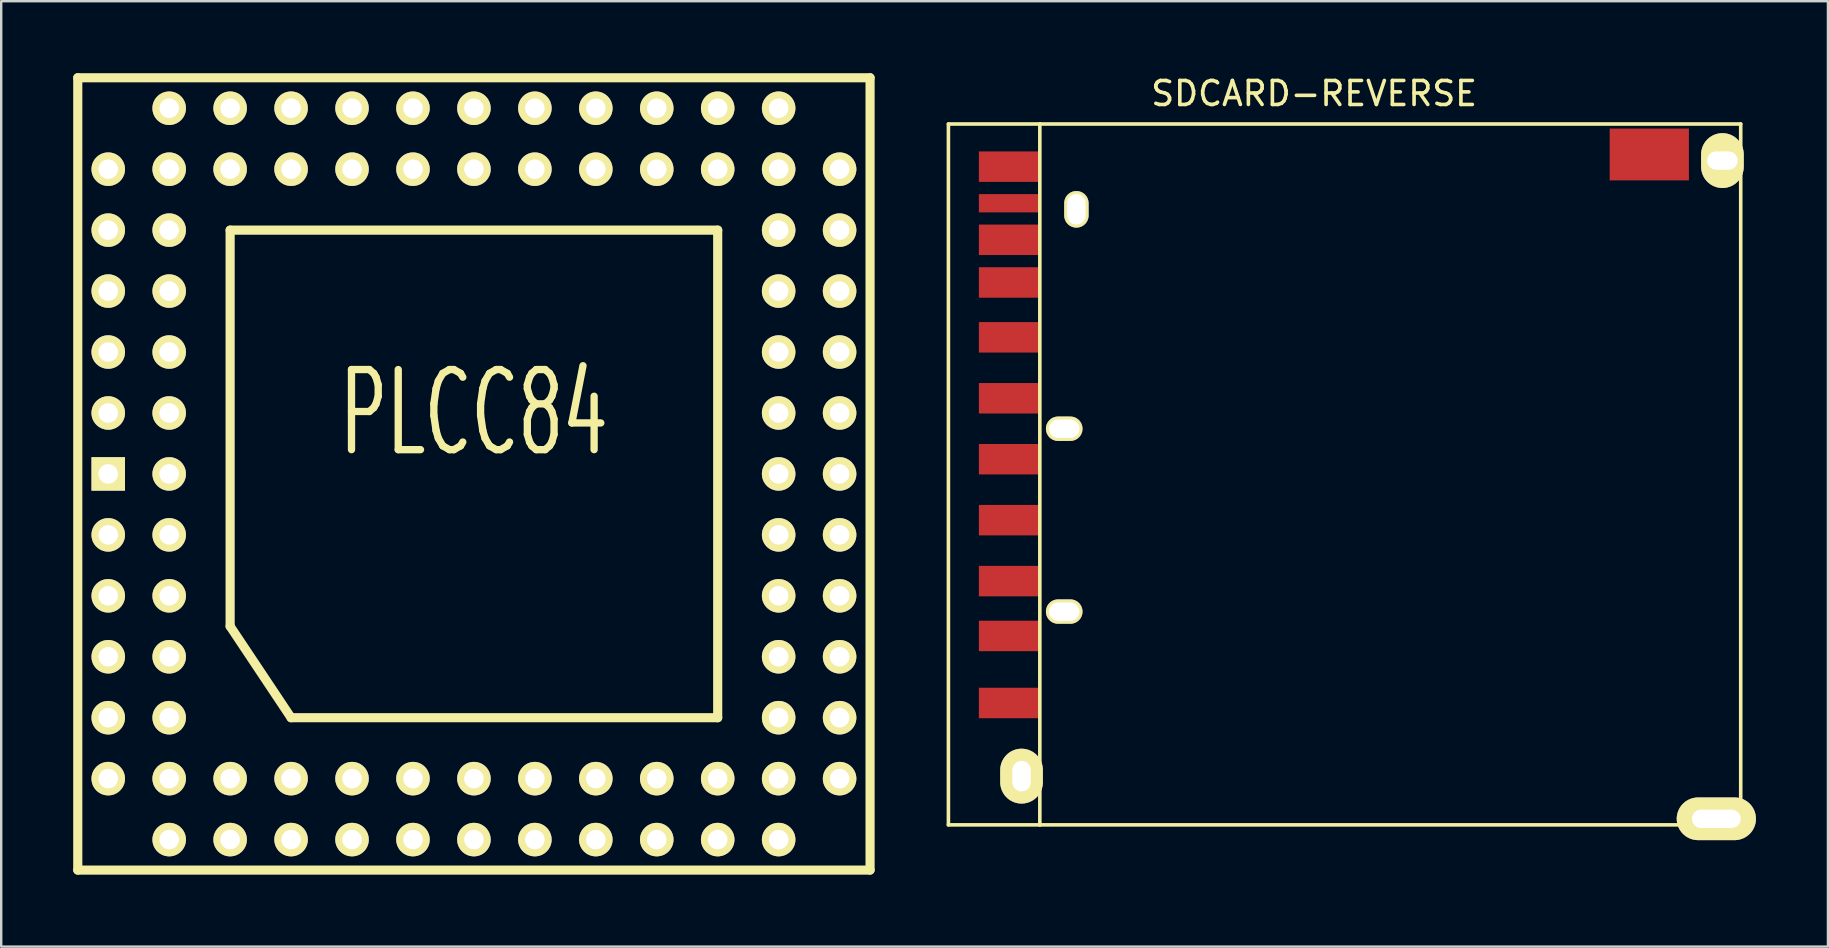
<source format=kicad_pcb>
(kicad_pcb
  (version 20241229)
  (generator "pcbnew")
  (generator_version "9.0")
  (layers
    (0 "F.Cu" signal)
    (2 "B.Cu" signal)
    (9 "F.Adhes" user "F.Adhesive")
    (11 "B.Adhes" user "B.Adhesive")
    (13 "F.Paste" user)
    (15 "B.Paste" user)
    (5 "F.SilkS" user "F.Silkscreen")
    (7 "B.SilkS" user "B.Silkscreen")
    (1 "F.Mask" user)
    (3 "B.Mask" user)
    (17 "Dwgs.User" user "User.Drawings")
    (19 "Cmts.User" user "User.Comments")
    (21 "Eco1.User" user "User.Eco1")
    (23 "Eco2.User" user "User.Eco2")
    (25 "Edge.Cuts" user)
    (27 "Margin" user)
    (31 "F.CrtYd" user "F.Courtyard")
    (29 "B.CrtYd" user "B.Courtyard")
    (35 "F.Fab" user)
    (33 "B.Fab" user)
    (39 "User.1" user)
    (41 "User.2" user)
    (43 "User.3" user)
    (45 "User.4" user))
  (footprint "SDCARD-REVERSE"
    (layer "F.Cu")
    (at 39.016 21.168)
    (property "Reference" "SDCARD-REVERSE" (at 12.7 -20.32 0) (layer "F.SilkS") (effects (font (size 1 1) (thickness 0.15))))
    (attr through_hole)
    (fp_line (start -2.54 -19.05) (end -2.54 10.16) (stroke (width 0.15) (type solid)) (layer "F.SilkS"))
    (fp_line (start -2.54 10.16) (end 1.27 10.16) (stroke (width 0.15) (type solid)) (layer "F.SilkS"))
    (fp_line (start 1.27 -19.05) (end -2.54 -19.05) (stroke (width 0.15) (type solid)) (layer "F.SilkS"))
    (fp_line (start 1.27 -19.05) (end 1.27 10.16) (stroke (width 0.15) (type solid)) (layer "F.SilkS"))
    (fp_line (start 30.48 -19.05) (end 1.27 -19.05) (stroke (width 0.15) (type solid)) (layer "F.SilkS"))
    (fp_line (start 30.48 -19.05) (end 30.48 10.16) (stroke (width 0.15) (type solid)) (layer "F.SilkS"))
    (fp_line (start 30.48 10.16) (end 1.27 10.16) (stroke (width 0.15) (type solid)) (layer "F.SilkS"))
    (pad "1" smd rect (at 0 2.286) (size 2.54 1.27) (layers "F.Cu" "F.Mask" "F.Paste"))
    (pad "2" smd rect (at 0 0) (size 2.54 1.27) (layers "F.Cu" "F.Mask" "F.Paste"))
    (pad "3" smd rect (at 0 -2.54) (size 2.54 1.27) (layers "F.Cu" "F.Mask" "F.Paste"))
    (pad "4" smd rect (at 0 -5.08) (size 2.54 1.27) (layers "F.Cu" "F.Mask" "F.Paste"))
    (pad "5" smd rect (at 0 -7.62) (size 2.54 1.27) (layers "F.Cu" "F.Mask" "F.Paste"))
    (pad "6" smd rect (at 0 -10.16) (size 2.54 1.27) (layers "F.Cu" "F.Mask" "F.Paste"))
    (pad "7" smd rect (at 0 -12.446) (size 2.54 1.27) (layers "F.Cu" "F.Mask" "F.Paste"))
    (pad "8" smd rect (at 0 -14.224) (size 2.54 1.27) (layers "F.Cu" "F.Mask" "F.Paste"))
    (pad "9" smd rect (at 0 5.08) (size 2.54 1.27) (layers "F.Cu" "F.Mask" "F.Paste"))
    (pad "10" smd rect (at 0 -15.748) (size 2.54 0.762) (layers "F.Cu" "F.Mask" "F.Paste"))
    (pad "11" smd rect (at 0 -17.272) (size 2.54 1.27) (layers "F.Cu" "F.Mask" "F.Paste"))
    (pad "12" smd rect (at 26.67 -17.78) (size 3.302 2.159) (layers "F.Cu" "F.Mask" "F.Paste"))
    (pad "13" thru_hole oval (at 2.794 -15.494) (size 1.016 1.524) (drill oval 0.762 1.27) (layers "*.Cu" "*.Mask" "F.SilkS"))
    (pad "14" thru_hole oval (at 2.286 -6.35) (size 1.524 1.016) (drill oval 1.27 0.762) (layers "*.Cu" "*.Mask" "F.SilkS"))
    (pad "15" thru_hole oval (at 2.286 1.27) (size 1.524 1.016) (drill oval 1.27 0.762) (layers "*.Cu" "*.Mask" "F.SilkS"))
    (pad "16" thru_hole oval (at 0.508 8.128) (size 1.778 2.286) (drill oval 0.762 1.27) (layers "*.Cu" "*.Mask" "F.SilkS"))
    (pad "17" thru_hole oval (at 29.464 9.906) (size 3.302 1.778) (drill oval 2.032 0.762) (layers "*.Cu" "*.Mask" "F.SilkS"))
    (pad "18" thru_hole oval (at 29.718 -17.526) (size 1.778 2.286) (drill oval 1.27 0.762) (layers "*.Cu" "*.Mask" "F.SilkS")))
  (footprint "PLCC84"
    (layer "F.Cu")
    (at 16.701 16.701)
    (property "Reference" "PLCC84" (at 0 -2.54 0) (layer "F.SilkS") (effects (font (size 3.338 1.948) (thickness 0.305))))
    (attr through_hole)
    (fp_line (start -16.51 -16.51) (end -16.51 16.51) (stroke (width 0.381) (type solid)) (layer "F.SilkS"))
    (fp_line (start -16.51 16.51) (end 16.51 16.51) (stroke (width 0.381) (type solid)) (layer "F.SilkS"))
    (fp_line (start -10.16 -10.16) (end -10.16 6.35) (stroke (width 0.381) (type solid)) (layer "F.SilkS"))
    (fp_line (start -10.16 6.35) (end -7.62 10.16) (stroke (width 0.381) (type solid)) (layer "F.SilkS"))
    (fp_line (start -7.62 10.16) (end 10.16 10.16) (stroke (width 0.381) (type solid)) (layer "F.SilkS"))
    (fp_line (start 10.16 -10.16) (end -10.16 -10.16) (stroke (width 0.381) (type solid)) (layer "F.SilkS"))
    (fp_line (start 10.16 10.16) (end 10.16 -10.16) (stroke (width 0.381) (type solid)) (layer "F.SilkS"))
    (fp_line (start 16.51 -16.51) (end -16.51 -16.51) (stroke (width 0.381) (type solid)) (layer "F.SilkS"))
    (fp_line (start 16.51 16.51) (end 16.51 -16.51) (stroke (width 0.381) (type solid)) (layer "F.SilkS"))
    (pad "1" thru_hole rect (at -15.24 0) (size 1.397 1.397) (drill 0.813) (layers "*.Cu" "*.Mask" "F.SilkS"))
    (pad "2" thru_hole circle (at -12.7 0) (size 1.397 1.397) (drill 0.813) (layers "*.Cu" "*.Mask" "F.SilkS"))
    (pad "3" thru_hole circle (at -15.24 2.54) (size 1.397 1.397) (drill 0.813) (layers "*.Cu" "*.Mask" "F.SilkS"))
    (pad "4" thru_hole circle (at -12.7 2.54) (size 1.397 1.397) (drill 0.813) (layers "*.Cu" "*.Mask" "F.SilkS"))
    (pad "5" thru_hole circle (at -15.24 5.08) (size 1.397 1.397) (drill 0.813) (layers "*.Cu" "*.Mask" "F.SilkS"))
    (pad "6" thru_hole circle (at -12.7 5.08) (size 1.397 1.397) (drill 0.813) (layers "*.Cu" "*.Mask" "F.SilkS"))
    (pad "7" thru_hole circle (at -15.24 7.62) (size 1.397 1.397) (drill 0.813) (layers "*.Cu" "*.Mask" "F.SilkS"))
    (pad "8" thru_hole circle (at -12.7 7.62) (size 1.397 1.397) (drill 0.813) (layers "*.Cu" "*.Mask" "F.SilkS"))
    (pad "9" thru_hole circle (at -15.24 10.16) (size 1.397 1.397) (drill 0.813) (layers "*.Cu" "*.Mask" "F.SilkS"))
    (pad "10" thru_hole circle (at -12.7 10.16) (size 1.397 1.397) (drill 0.813) (layers "*.Cu" "*.Mask" "F.SilkS"))
    (pad "11" thru_hole circle (at -15.24 12.7) (size 1.397 1.397) (drill 0.813) (layers "*.Cu" "*.Mask" "F.SilkS"))
    (pad "12" thru_hole circle (at -12.7 15.24) (size 1.397 1.397) (drill 0.813) (layers "*.Cu" "*.Mask" "F.SilkS"))
    (pad "13" thru_hole circle (at -12.7 12.7) (size 1.397 1.397) (drill 0.813) (layers "*.Cu" "*.Mask" "F.SilkS"))
    (pad "14" thru_hole circle (at -10.16 15.24) (size 1.397 1.397) (drill 0.813) (layers "*.Cu" "*.Mask" "F.SilkS"))
    (pad "15" thru_hole circle (at -10.16 12.7) (size 1.397 1.397) (drill 0.813) (layers "*.Cu" "*.Mask" "F.SilkS"))
    (pad "16" thru_hole circle (at -7.62 15.24) (size 1.397 1.397) (drill 0.813) (layers "*.Cu" "*.Mask" "F.SilkS"))
    (pad "17" thru_hole circle (at -7.62 12.7) (size 1.397 1.397) (drill 0.813) (layers "*.Cu" "*.Mask" "F.SilkS"))
    (pad "18" thru_hole circle (at -5.08 15.24) (size 1.397 1.397) (drill 0.813) (layers "*.Cu" "*.Mask" "F.SilkS"))
    (pad "19" thru_hole circle (at -5.08 12.7) (size 1.397 1.397) (drill 0.813) (layers "*.Cu" "*.Mask" "F.SilkS"))
    (pad "20" thru_hole circle (at -2.54 15.24) (size 1.397 1.397) (drill 0.813) (layers "*.Cu" "*.Mask" "F.SilkS"))
    (pad "21" thru_hole circle (at -2.54 12.7) (size 1.397 1.397) (drill 0.813) (layers "*.Cu" "*.Mask" "F.SilkS"))
    (pad "22" thru_hole circle (at 0 15.24) (size 1.397 1.397) (drill 0.813) (layers "*.Cu" "*.Mask" "F.SilkS"))
    (pad "23" thru_hole circle (at 0 12.7) (size 1.397 1.397) (drill 0.813) (layers "*.Cu" "*.Mask" "F.SilkS"))
    (pad "24" thru_hole circle (at 2.54 15.24) (size 1.397 1.397) (drill 0.813) (layers "*.Cu" "*.Mask" "F.SilkS"))
    (pad "25" thru_hole circle (at 2.54 12.7) (size 1.397 1.397) (drill 0.813) (layers "*.Cu" "*.Mask" "F.SilkS"))
    (pad "26" thru_hole circle (at 5.08 15.24) (size 1.397 1.397) (drill 0.813) (layers "*.Cu" "*.Mask" "F.SilkS"))
    (pad "27" thru_hole circle (at 5.08 12.7) (size 1.397 1.397) (drill 0.813) (layers "*.Cu" "*.Mask" "F.SilkS"))
    (pad "28" thru_hole circle (at 7.62 15.24) (size 1.397 1.397) (drill 0.813) (layers "*.Cu" "*.Mask" "F.SilkS"))
    (pad "29" thru_hole circle (at 7.62 12.7) (size 1.397 1.397) (drill 0.813) (layers "*.Cu" "*.Mask" "F.SilkS"))
    (pad "30" thru_hole circle (at 10.16 15.24) (size 1.397 1.397) (drill 0.813) (layers "*.Cu" "*.Mask" "F.SilkS"))
    (pad "31" thru_hole circle (at 10.16 12.7) (size 1.397 1.397) (drill 0.813) (layers "*.Cu" "*.Mask" "F.SilkS"))
    (pad "32" thru_hole circle (at 12.7 15.24) (size 1.397 1.397) (drill 0.813) (layers "*.Cu" "*.Mask" "F.SilkS"))
    (pad "33" thru_hole circle (at 15.24 12.7) (size 1.397 1.397) (drill 0.813) (layers "*.Cu" "*.Mask" "F.SilkS"))
    (pad "34" thru_hole circle (at 12.7 12.7) (size 1.397 1.397) (drill 0.813) (layers "*.Cu" "*.Mask" "F.SilkS"))
    (pad "35" thru_hole circle (at 15.24 10.16) (size 1.397 1.397) (drill 0.813) (layers "*.Cu" "*.Mask" "F.SilkS"))
    (pad "36" thru_hole circle (at 12.7 10.16) (size 1.397 1.397) (drill 0.813) (layers "*.Cu" "*.Mask" "F.SilkS"))
    (pad "37" thru_hole circle (at 15.24 7.62) (size 1.397 1.397) (drill 0.813) (layers "*.Cu" "*.Mask" "F.SilkS"))
    (pad "38" thru_hole circle (at 12.7 7.62) (size 1.397 1.397) (drill 0.813) (layers "*.Cu" "*.Mask" "F.SilkS"))
    (pad "39" thru_hole circle (at 15.24 5.08) (size 1.397 1.397) (drill 0.813) (layers "*.Cu" "*.Mask" "F.SilkS"))
    (pad "40" thru_hole circle (at 12.7 5.08) (size 1.397 1.397) (drill 0.813) (layers "*.Cu" "*.Mask" "F.SilkS"))
    (pad "41" thru_hole circle (at 15.24 2.54) (size 1.397 1.397) (drill 0.813) (layers "*.Cu" "*.Mask" "F.SilkS"))
    (pad "42" thru_hole circle (at 12.7 2.54) (size 1.397 1.397) (drill 0.813) (layers "*.Cu" "*.Mask" "F.SilkS"))
    (pad "43" thru_hole circle (at 15.24 0) (size 1.397 1.397) (drill 0.813) (layers "*.Cu" "*.Mask" "F.SilkS"))
    (pad "44" thru_hole circle (at 12.7 0) (size 1.397 1.397) (drill 0.813) (layers "*.Cu" "*.Mask" "F.SilkS"))
    (pad "45" thru_hole circle (at 15.24 -2.54) (size 1.397 1.397) (drill 0.813) (layers "*.Cu" "*.Mask" "F.SilkS"))
    (pad "46" thru_hole circle (at 12.7 -2.54) (size 1.397 1.397) (drill 0.813) (layers "*.Cu" "*.Mask" "F.SilkS"))
    (pad "47" thru_hole circle (at 15.24 -5.08) (size 1.397 1.397) (drill 0.813) (layers "*.Cu" "*.Mask" "F.SilkS"))
    (pad "48" thru_hole circle (at 12.7 -5.08) (size 1.397 1.397) (drill 0.813) (layers "*.Cu" "*.Mask" "F.SilkS"))
    (pad "49" thru_hole circle (at 15.24 -7.62) (size 1.397 1.397) (drill 0.813) (layers "*.Cu" "*.Mask" "F.SilkS"))
    (pad "50" thru_hole circle (at 12.7 -7.62) (size 1.397 1.397) (drill 0.813) (layers "*.Cu" "*.Mask" "F.SilkS"))
    (pad "51" thru_hole circle (at 15.24 -10.16) (size 1.397 1.397) (drill 0.813) (layers "*.Cu" "*.Mask" "F.SilkS"))
    (pad "52" thru_hole circle (at 12.7 -10.16) (size 1.397 1.397) (drill 0.813) (layers "*.Cu" "*.Mask" "F.SilkS"))
    (pad "53" thru_hole circle (at 15.24 -12.7) (size 1.397 1.397) (drill 0.813) (layers "*.Cu" "*.Mask" "F.SilkS"))
    (pad "54" thru_hole circle (at 12.7 -15.24) (size 1.397 1.397) (drill 0.813) (layers "*.Cu" "*.Mask" "F.SilkS"))
    (pad "55" thru_hole circle (at 12.7 -12.7) (size 1.397 1.397) (drill 0.813) (layers "*.Cu" "*.Mask" "F.SilkS"))
    (pad "56" thru_hole circle (at 10.16 -15.24) (size 1.397 1.397) (drill 0.813) (layers "*.Cu" "*.Mask" "F.SilkS"))
    (pad "57" thru_hole circle (at 10.16 -12.7) (size 1.397 1.397) (drill 0.813) (layers "*.Cu" "*.Mask" "F.SilkS"))
    (pad "58" thru_hole circle (at 7.62 -15.24) (size 1.397 1.397) (drill 0.813) (layers "*.Cu" "*.Mask" "F.SilkS"))
    (pad "59" thru_hole circle (at 7.62 -12.7) (size 1.397 1.397) (drill 0.813) (layers "*.Cu" "*.Mask" "F.SilkS"))
    (pad "60" thru_hole circle (at 5.08 -15.24) (size 1.397 1.397) (drill 0.813) (layers "*.Cu" "*.Mask" "F.SilkS"))
    (pad "61" thru_hole circle (at 5.08 -12.7) (size 1.397 1.397) (drill 0.813) (layers "*.Cu" "*.Mask" "F.SilkS"))
    (pad "62" thru_hole circle (at 2.54 -15.24) (size 1.397 1.397) (drill 0.813) (layers "*.Cu" "*.Mask" "F.SilkS"))
    (pad "63" thru_hole circle (at 2.54 -12.7) (size 1.397 1.397) (drill 0.813) (layers "*.Cu" "*.Mask" "F.SilkS"))
    (pad "64" thru_hole circle (at 0 -15.24) (size 1.397 1.397) (drill 0.813) (layers "*.Cu" "*.Mask" "F.SilkS"))
    (pad "65" thru_hole circle (at 0 -12.7) (size 1.397 1.397) (drill 0.813) (layers "*.Cu" "*.Mask" "F.SilkS"))
    (pad "66" thru_hole circle (at -2.54 -15.24) (size 1.397 1.397) (drill 0.813) (layers "*.Cu" "*.Mask" "F.SilkS"))
    (pad "67" thru_hole circle (at -2.54 -12.7) (size 1.397 1.397) (drill 0.813) (layers "*.Cu" "*.Mask" "F.SilkS"))
    (pad "68" thru_hole circle (at -5.08 -15.24) (size 1.397 1.397) (drill 0.813) (layers "*.Cu" "*.Mask" "F.SilkS"))
    (pad "69" thru_hole circle (at -5.08 -12.7) (size 1.397 1.397) (drill 0.813) (layers "*.Cu" "*.Mask" "F.SilkS"))
    (pad "70" thru_hole circle (at -7.62 -15.24) (size 1.397 1.397) (drill 0.813) (layers "*.Cu" "*.Mask" "F.SilkS"))
    (pad "71" thru_hole circle (at -7.62 -12.7) (size 1.397 1.397) (drill 0.813) (layers "*.Cu" "*.Mask" "F.SilkS"))
    (pad "72" thru_hole circle (at -10.16 -15.24) (size 1.397 1.397) (drill 0.813) (layers "*.Cu" "*.Mask" "F.SilkS"))
    (pad "73" thru_hole circle (at -10.16 -12.7) (size 1.397 1.397) (drill 0.813) (layers "*.Cu" "*.Mask" "F.SilkS"))
    (pad "74" thru_hole circle (at -12.7 -15.24) (size 1.397 1.397) (drill 0.813) (layers "*.Cu" "*.Mask" "F.SilkS"))
    (pad "75" thru_hole circle (at -15.24 -12.7) (size 1.397 1.397) (drill 0.813) (layers "*.Cu" "*.Mask" "F.SilkS"))
    (pad "76" thru_hole circle (at -12.7 -12.7) (size 1.397 1.397) (drill 0.813) (layers "*.Cu" "*.Mask" "F.SilkS"))
    (pad "77" thru_hole circle (at -15.24 -10.16) (size 1.397 1.397) (drill 0.813) (layers "*.Cu" "*.Mask" "F.SilkS"))
    (pad "78" thru_hole circle (at -12.7 -10.16) (size 1.397 1.397) (drill 0.813) (layers "*.Cu" "*.Mask" "F.SilkS"))
    (pad "79" thru_hole circle (at -15.24 -7.62) (size 1.397 1.397) (drill 0.813) (layers "*.Cu" "*.Mask" "F.SilkS"))
    (pad "80" thru_hole circle (at -12.7 -7.62) (size 1.397 1.397) (drill 0.813) (layers "*.Cu" "*.Mask" "F.SilkS"))
    (pad "81" thru_hole circle (at -15.24 -5.08) (size 1.397 1.397) (drill 0.813) (layers "*.Cu" "*.Mask" "F.SilkS"))
    (pad "82" thru_hole circle (at -12.7 -5.08) (size 1.397 1.397) (drill 0.813) (layers "*.Cu" "*.Mask" "F.SilkS"))
    (pad "83" thru_hole circle (at -15.24 -2.54) (size 1.397 1.397) (drill 0.813) (layers "*.Cu" "*.Mask" "F.SilkS"))
    (pad "84" thru_hole circle (at -12.7 -2.54) (size 1.397 1.397) (drill 0.813) (layers "*.Cu" "*.Mask" "F.SilkS")))
  (gr_rect
    (start -3 -3)
    (end 73.131 36.401)
    (stroke (width 0.1) (type default))
    (fill no)
    (layer "Edge.Cuts")))
</source>
